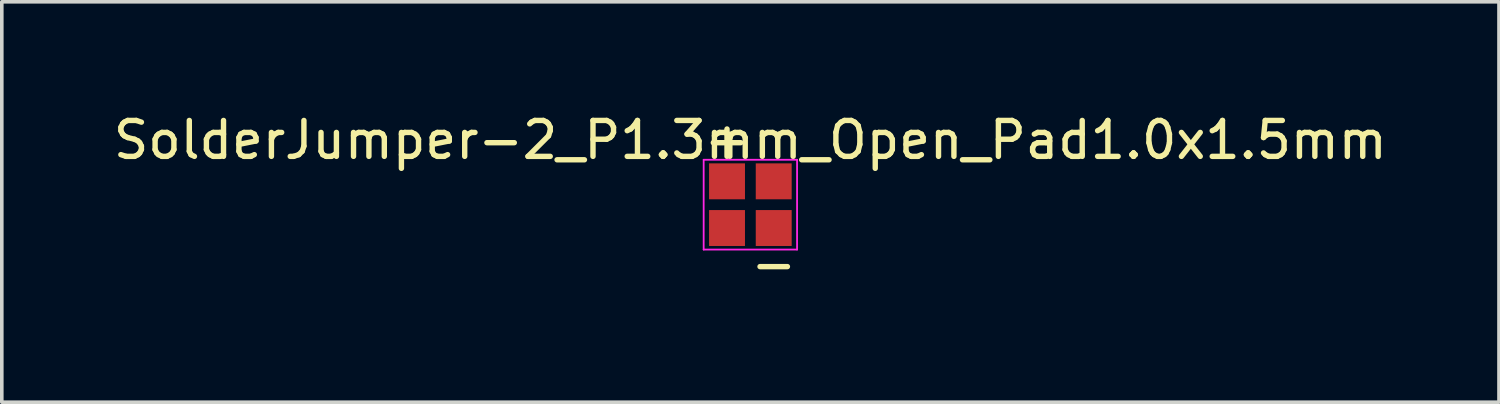
<source format=kicad_pcb>
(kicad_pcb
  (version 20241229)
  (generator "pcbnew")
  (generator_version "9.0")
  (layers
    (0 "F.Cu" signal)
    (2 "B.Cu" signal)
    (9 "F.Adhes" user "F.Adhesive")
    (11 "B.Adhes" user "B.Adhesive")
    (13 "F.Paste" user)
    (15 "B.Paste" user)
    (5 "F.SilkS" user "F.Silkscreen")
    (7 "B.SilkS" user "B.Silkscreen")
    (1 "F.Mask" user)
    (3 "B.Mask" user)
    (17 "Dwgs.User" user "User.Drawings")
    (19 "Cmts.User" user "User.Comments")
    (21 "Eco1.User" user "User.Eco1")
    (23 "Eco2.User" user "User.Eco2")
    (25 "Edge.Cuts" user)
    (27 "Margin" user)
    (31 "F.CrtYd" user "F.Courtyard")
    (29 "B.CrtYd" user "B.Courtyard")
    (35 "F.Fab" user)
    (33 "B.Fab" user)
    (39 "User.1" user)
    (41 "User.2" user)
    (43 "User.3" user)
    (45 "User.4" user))
  (footprint "SolderJumper-2_P1.3mm_Open_Pad1.0x1.5mm"
    (layer "F.Cu")
    (at 17.839 2.648)
    (property "Reference" "SolderJumper-2_P1.3mm_Open_Pad1.0x1.5mm" (at 0 -1.8 0) (layer "F.SilkS") (effects (font (size 1 1) (thickness 0.15))))
    (attr exclude_from_pos_files exclude_from_bom)
    (fp_line (start -1.3 -1.25) (end -1.3 1.25) (stroke (width 0.05) (type solid)) (layer "F.CrtYd"))
    (fp_line (start -1.3 -1.25) (end 1.3 -1.25) (stroke (width 0.05) (type solid)) (layer "F.CrtYd"))
    (fp_line (start 1.3 1.25) (end -1.3 1.25) (stroke (width 0.05) (type solid)) (layer "F.CrtYd"))
    (fp_line (start 1.3 1.25) (end 1.3 -1.25) (stroke (width 0.05) (type solid)) (layer "F.CrtYd"))
    (fp_text user "-" (at 0.65 1.65 0) (layer "F.SilkS") (effects (font (size 1 1) (thickness 0.15))))
    (fp_text user "+" (at -0.65 -1.8 0) (layer "F.SilkS") (effects (font (size 1 1) (thickness 0.15))))
    (pad "1" smd rect (at -0.65 -0.65) (size 1 1) (layers "F.Cu" "F.Mask"))
    (pad "2" smd rect (at 0.65 -0.65) (size 1 1) (layers "F.Cu" "F.Mask"))
    (pad "3" smd rect (at 0.65 0.65) (size 1 1) (layers "F.Cu" "F.Mask"))
    (pad "4" smd rect (at -0.65 0.65) (size 1 1) (layers "F.Cu" "F.Mask")))
  (gr_rect
    (start -3 -3)
    (end 38.679 8.146)
    (stroke (width 0.1) (type default))
    (fill no)
    (layer "Edge.Cuts")))
</source>
